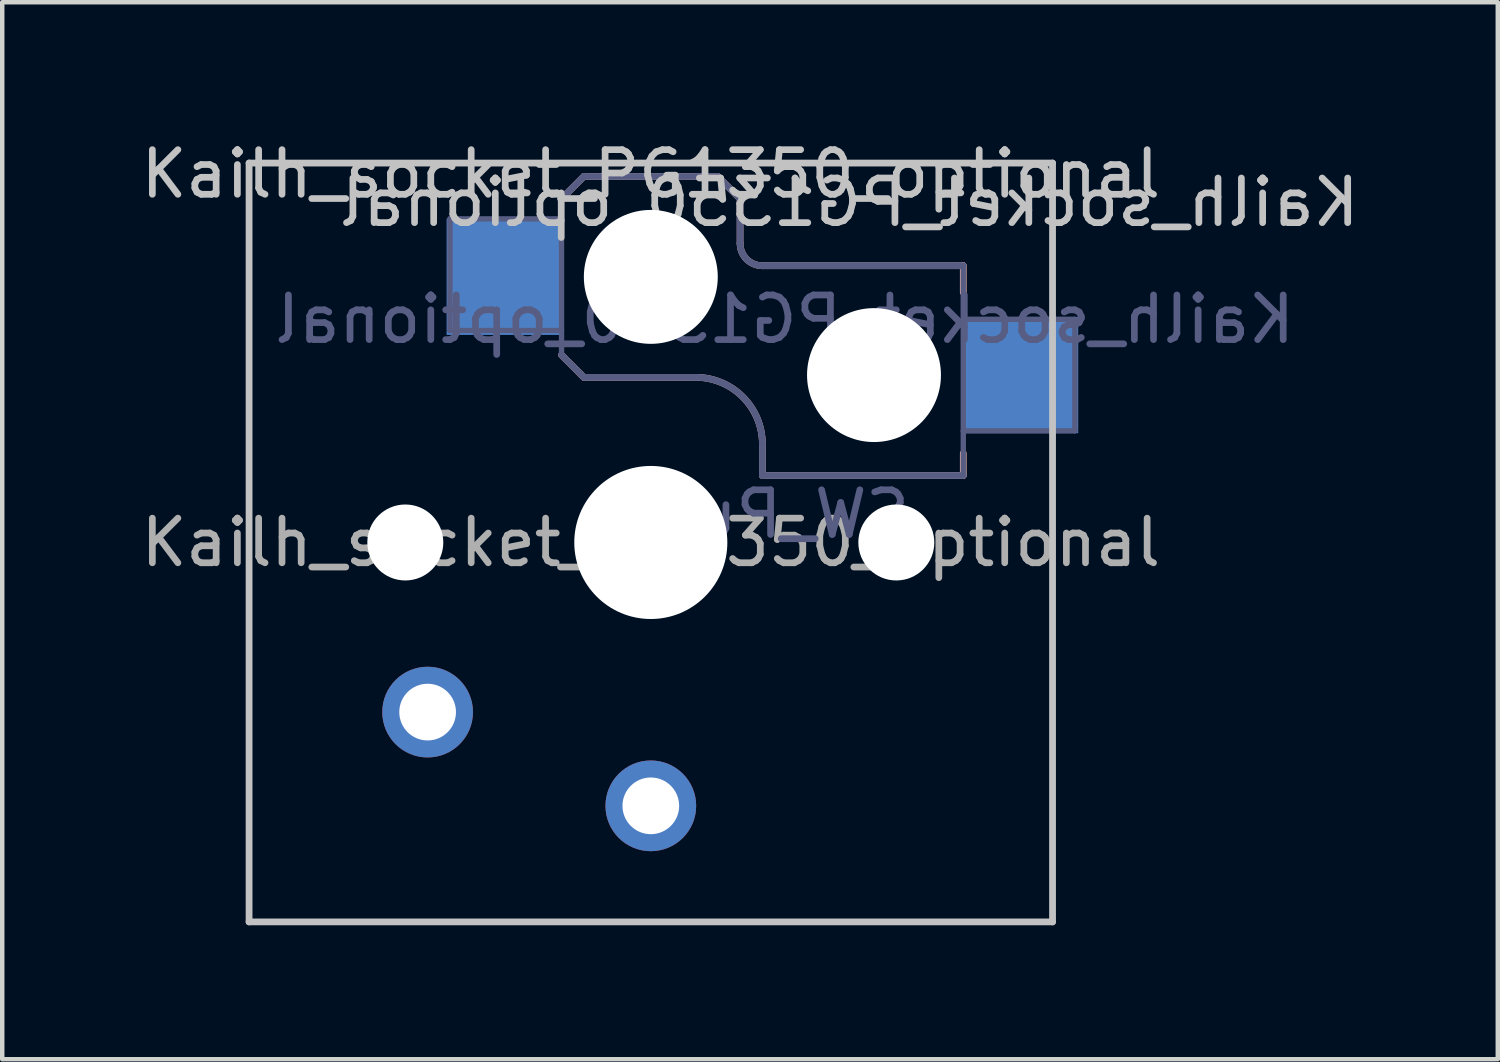
<source format=kicad_pcb>
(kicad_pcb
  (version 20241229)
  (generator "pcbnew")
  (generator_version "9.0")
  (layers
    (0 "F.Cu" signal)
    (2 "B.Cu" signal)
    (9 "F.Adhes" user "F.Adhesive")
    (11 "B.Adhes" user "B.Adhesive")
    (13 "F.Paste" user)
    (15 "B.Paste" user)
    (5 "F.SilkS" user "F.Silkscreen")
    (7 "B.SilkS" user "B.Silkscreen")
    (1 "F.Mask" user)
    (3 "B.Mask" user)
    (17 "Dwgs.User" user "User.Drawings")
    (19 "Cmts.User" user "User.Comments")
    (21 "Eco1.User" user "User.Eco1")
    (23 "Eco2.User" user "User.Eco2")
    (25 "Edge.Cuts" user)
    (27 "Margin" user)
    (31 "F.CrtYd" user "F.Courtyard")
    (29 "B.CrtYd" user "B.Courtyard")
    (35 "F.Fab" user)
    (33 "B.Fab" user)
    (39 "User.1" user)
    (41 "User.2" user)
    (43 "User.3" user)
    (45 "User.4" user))
  (footprint "Kailh_socket_PG1350_optional"
    (layer "F.Cu")
    (at 11.53 9.103)
    (property "Reference" "Kailh_socket_PG1350_optional" (at 0 -8.255 0) (layer "Dwgs.User") (effects (font (size 1 1) (thickness 0.15))))
    (property "Value" "SW_Push" (at 0 8.25 0) (layer "F.Fab") (hide yes) (effects (font (size 1 1) (thickness 0.15))))
    (attr through_hole)
    (fp_line (start -2 -7.7) (end -1.5 -8.2) (stroke (width 0.15) (type solid)) (layer "B.SilkS"))
    (fp_line (start -2 -4.2) (end -1.5 -3.7) (stroke (width 0.15) (type solid)) (layer "B.SilkS"))
    (fp_line (start -1.5 -8.2) (end 1.5 -8.2) (stroke (width 0.15) (type solid)) (layer "B.SilkS"))
    (fp_line (start -1.5 -3.7) (end 1 -3.7) (stroke (width 0.15) (type solid)) (layer "B.SilkS"))
    (fp_line (start 1.5 -8.2) (end 2 -7.7) (stroke (width 0.15) (type solid)) (layer "B.SilkS"))
    (fp_line (start 2 -6.7) (end 2 -7.7) (stroke (width 0.15) (type solid)) (layer "B.SilkS"))
    (fp_line (start 2.5 -2.2) (end 2.5 -1.5) (stroke (width 0.15) (type solid)) (layer "B.SilkS"))
    (fp_line (start 2.5 -1.5) (end 7 -1.5) (stroke (width 0.15) (type solid)) (layer "B.SilkS"))
    (fp_line (start 7 -6.2) (end 2.5 -6.2) (stroke (width 0.15) (type solid)) (layer "B.SilkS"))
    (fp_line (start 7 -5.6) (end 7 -6.2) (stroke (width 0.15) (type solid)) (layer "B.SilkS"))
    (fp_line (start 7 -1.5) (end 7 -2) (stroke (width 0.15) (type solid)) (layer "B.SilkS"))
    (fp_arc (start 1 -3.7) (mid 2.06066 -3.26066) (end 2.5 -2.2) (stroke (width 0.15) (type solid)) (layer "B.SilkS"))
    (fp_arc (start 2.5 -6.2) (mid 2.146447 -6.346447) (end 2 -6.7) (stroke (width 0.15) (type solid)) (layer "B.SilkS"))
    (fp_line (start -9 -8.5) (end 9 -8.5) (stroke (width 0.152) (type solid)) (layer "Dwgs.User"))
    (fp_line (start -9 8.5) (end -9 -8.5) (stroke (width 0.152) (type solid)) (layer "Dwgs.User"))
    (fp_line (start 9 -8.5) (end 9 8.5) (stroke (width 0.152) (type solid)) (layer "Dwgs.User"))
    (fp_line (start 9 8.5) (end -9 8.5) (stroke (width 0.152) (type solid)) (layer "Dwgs.User"))
    (fp_line (start -6.9 6.9) (end -6.9 -6.9) (stroke (width 0.15) (type solid)) (layer "Eco2.User"))
    (fp_line (start -6.9 6.9) (end 6.9 6.9) (stroke (width 0.15) (type solid)) (layer "Eco2.User"))
    (fp_line (start -2.6 -3.1) (end -2.6 -6.3) (stroke (width 0.15) (type solid)) (layer "Eco2.User"))
    (fp_line (start -2.6 -3.1) (end 2.6 -3.1) (stroke (width 0.15) (type solid)) (layer "Eco2.User"))
    (fp_line (start 2.6 -6.3) (end -2.6 -6.3) (stroke (width 0.15) (type solid)) (layer "Eco2.User"))
    (fp_line (start 2.6 -3.1) (end 2.6 -6.3) (stroke (width 0.15) (type solid)) (layer "Eco2.User"))
    (fp_line (start 6.9 -6.9) (end -6.9 -6.9) (stroke (width 0.15) (type solid)) (layer "Eco2.User"))
    (fp_line (start 6.9 -6.9) (end 6.9 6.9) (stroke (width 0.15) (type solid)) (layer "Eco2.User"))
    (fp_line (start -4.5 -7.25) (end -2 -7.25) (stroke (width 0.12) (type solid)) (layer "B.Fab"))
    (fp_line (start -4.5 -4.75) (end -4.5 -7.25) (stroke (width 0.12) (type solid)) (layer "B.Fab"))
    (fp_line (start -2 -7.7) (end -1.5 -8.2) (stroke (width 0.15) (type solid)) (layer "B.Fab"))
    (fp_line (start -2 -4.75) (end -4.5 -4.75) (stroke (width 0.12) (type solid)) (layer "B.Fab"))
    (fp_line (start -2 -4.25) (end -2 -7.7) (stroke (width 0.12) (type solid)) (layer "B.Fab"))
    (fp_line (start -2 -4.2) (end -1.5 -3.7) (stroke (width 0.15) (type solid)) (layer "B.Fab"))
    (fp_line (start -1.5 -8.2) (end 1.5 -8.2) (stroke (width 0.15) (type solid)) (layer "B.Fab"))
    (fp_line (start -1.5 -3.7) (end 1 -3.7) (stroke (width 0.15) (type solid)) (layer "B.Fab"))
    (fp_line (start 1.5 -8.2) (end 2 -7.7) (stroke (width 0.15) (type solid)) (layer "B.Fab"))
    (fp_line (start 2 -6.7) (end 2 -7.7) (stroke (width 0.15) (type solid)) (layer "B.Fab"))
    (fp_line (start 2.5 -2.2) (end 2.5 -1.5) (stroke (width 0.15) (type solid)) (layer "B.Fab"))
    (fp_line (start 2.5 -1.5) (end 7 -1.5) (stroke (width 0.15) (type solid)) (layer "B.Fab"))
    (fp_line (start 7 -6.2) (end 2.5 -6.2) (stroke (width 0.15) (type solid)) (layer "B.Fab"))
    (fp_line (start 7 -5) (end 9.5 -5) (stroke (width 0.12) (type solid)) (layer "B.Fab"))
    (fp_line (start 7 -1.5) (end 7 -6.2) (stroke (width 0.12) (type solid)) (layer "B.Fab"))
    (fp_line (start 9.5 -5) (end 9.5 -2.5) (stroke (width 0.12) (type solid)) (layer "B.Fab"))
    (fp_line (start 9.5 -2.5) (end 7 -2.5) (stroke (width 0.12) (type solid)) (layer "B.Fab"))
    (fp_arc (start 1 -3.7) (mid 2.06066 -3.26066) (end 2.5 -2.2) (stroke (width 0.15) (type solid)) (layer "B.Fab"))
    (fp_arc (start 2.5 -6.2) (mid 2.146447 -6.346447) (end 2 -6.7) (stroke (width 0.15) (type solid)) (layer "B.Fab"))
    (fp_text user "${REFERENCE}" (at 4.445 -7.62 0) (layer "Dwgs.User") (effects (font (size 1 1) (thickness 0.15)) (justify mirror)))
    (fp_text user "${VALUE}" (at 2.54 -0.635 0) (layer "B.Fab") (effects (font (size 1 1) (thickness 0.15)) (justify mirror)))
    (fp_text user "${REFERENCE}" (at 3 -5 180) (layer "B.Fab") (effects (font (size 1 1) (thickness 0.15)) (justify mirror)))
    (fp_text user "${REFERENCE}" (at 0 0 0) (layer "F.Fab") (effects (font (size 1 1) (thickness 0.15))))
    (pad "" np_thru_hole circle (at -5.5 0) (size 1.702 1.702) (drill 1.702) (layers "*.Cu" "*.Mask"))
    (pad "" np_thru_hole circle (at 0 -5.95) (size 3 3) (drill 3) (layers "*.Cu" "*.Mask"))
    (pad "" np_thru_hole circle (at 0 0) (size 3.429 3.429) (drill 3.429) (layers "*.Cu" "*.Mask"))
    (pad "" np_thru_hole circle (at 5 -3.75) (size 3 3) (drill 3) (layers "*.Cu" "*.Mask"))
    (pad "" np_thru_hole circle (at 5.5 0) (size 1.702 1.702) (drill 1.702) (layers "*.Cu" "*.Mask"))
    (pad "1" smd rect (at -3.275 -5.95) (size 2.6 2.6) (layers "B.Cu" "B.Mask" "B.Paste"))
    (pad "1" thru_hole circle (at 0 5.9) (size 2.032 2.032) (drill 1.27) (layers "*.Cu" "*.Mask"))
    (pad "2" thru_hole circle (at -5 3.8) (size 2.032 2.032) (drill 1.27) (layers "*.Cu" "*.Mask"))
    (pad "2" smd rect (at 8.275 -3.75) (size 2.6 2.6) (layers "B.Cu" "B.Mask" "B.Paste")))
  (gr_rect
    (start -3 -3)
    (end 30.505 20.679)
    (stroke (width 0.1) (type default))
    (fill no)
    (layer "Edge.Cuts")))
</source>
